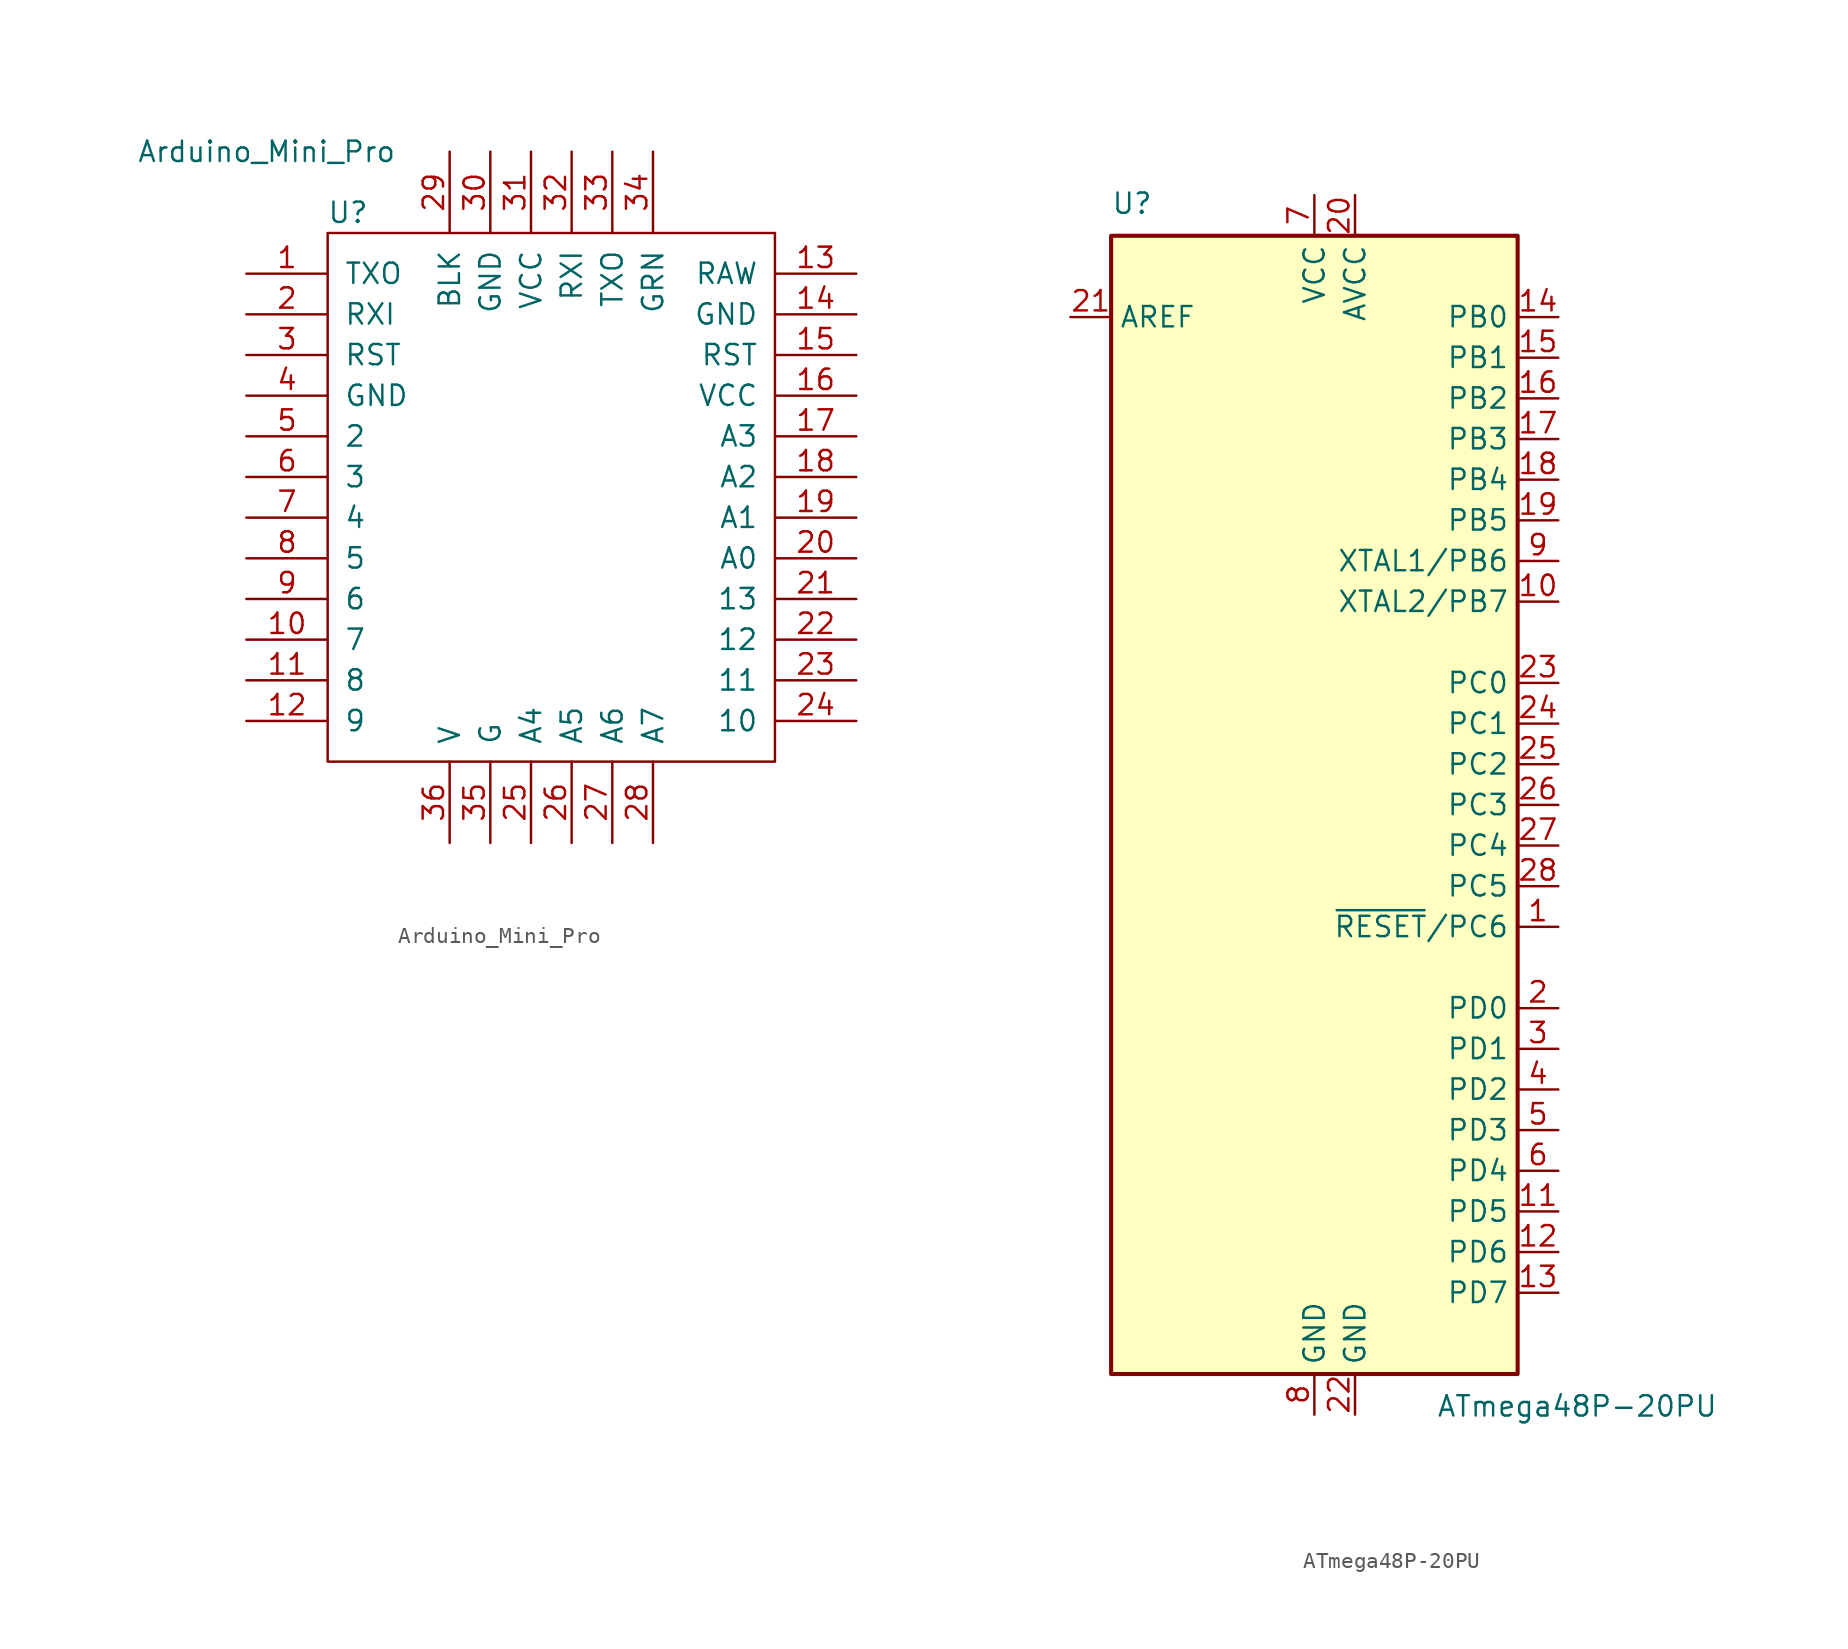
<source format=kicad_sym>
(kicad_symbol_lib
  (version 20231120)
  (generator "kicad_symbol_editor")
  (generator_version "8.0")
  (symbol "Arduino_Mini_Pro"
    (pin_names
      (offset 1.016))
    (property "Reference" "U"
      (at 6.35 3.81 0)
      (effects (font (size 1.27 1.27))))
    (property "Value" "Arduino_Mini_Pro"
      (at 1.27 7.62 0)
      (effects (font (size 1.27 1.27))))
    (symbol "Arduino_Mini_Pro_0_1"
      (rectangle (start 5.08 2.54) (end 33.02 -30.48) (stroke (width 0) (type default)) (fill (type none))))
    (symbol "Arduino_Mini_Pro_1_1"
      (pin output line (at 0 0 0) (length 5.08) (name "TXO" (effects (font (size 1.27 1.27)))) (number "1" (effects (font (size 1.27 1.27)))))
      (pin bidirectional line (at 0 -22.86 0) (length 5.08) (name "7" (effects (font (size 1.27 1.27)))) (number "10" (effects (font (size 1.27 1.27)))))
      (pin bidirectional line (at 0 -25.4 0) (length 5.08) (name "8" (effects (font (size 1.27 1.27)))) (number "11" (effects (font (size 1.27 1.27)))))
      (pin bidirectional line (at 0 -27.94 0) (length 5.08) (name "9" (effects (font (size 1.27 1.27)))) (number "12" (effects (font (size 1.27 1.27)))))
      (pin power_in line (at 38.1 0 180) (length 5.08) (name "RAW" (effects (font (size 1.27 1.27)))) (number "13" (effects (font (size 1.27 1.27)))))
      (pin power_in line (at 38.1 -2.54 180) (length 5.08) (name "GND" (effects (font (size 1.27 1.27)))) (number "14" (effects (font (size 1.27 1.27)))))
      (pin input line (at 38.1 -5.08 180) (length 5.08) (name "RST" (effects (font (size 1.27 1.27)))) (number "15" (effects (font (size 1.27 1.27)))))
      (pin power_out line (at 38.1 -7.62 180) (length 5.08) (name "VCC" (effects (font (size 1.27 1.27)))) (number "16" (effects (font (size 1.27 1.27)))))
      (pin bidirectional line (at 38.1 -10.16 180) (length 5.08) (name "A3" (effects (font (size 1.27 1.27)))) (number "17" (effects (font (size 1.27 1.27)))))
      (pin bidirectional line (at 38.1 -12.7 180) (length 5.08) (name "A2" (effects (font (size 1.27 1.27)))) (number "18" (effects (font (size 1.27 1.27)))))
      (pin bidirectional line (at 38.1 -15.24 180) (length 5.08) (name "A1" (effects (font (size 1.27 1.27)))) (number "19" (effects (font (size 1.27 1.27)))))
      (pin input line (at 0 -2.54 0) (length 5.08) (name "RXI" (effects (font (size 1.27 1.27)))) (number "2" (effects (font (size 1.27 1.27)))))
      (pin bidirectional line (at 38.1 -17.78 180) (length 5.08) (name "A0" (effects (font (size 1.27 1.27)))) (number "20" (effects (font (size 1.27 1.27)))))
      (pin bidirectional line (at 38.1 -20.32 180) (length 5.08) (name "13" (effects (font (size 1.27 1.27)))) (number "21" (effects (font (size 1.27 1.27)))))
      (pin bidirectional line (at 38.1 -22.86 180) (length 5.08) (name "12" (effects (font (size 1.27 1.27)))) (number "22" (effects (font (size 1.27 1.27)))))
      (pin bidirectional line (at 38.1 -25.4 180) (length 5.08) (name "11" (effects (font (size 1.27 1.27)))) (number "23" (effects (font (size 1.27 1.27)))))
      (pin bidirectional line (at 38.1 -27.94 180) (length 5.08) (name "10" (effects (font (size 1.27 1.27)))) (number "24" (effects (font (size 1.27 1.27)))))
      (pin bidirectional line (at 17.78 -35.56 90) (length 5.08) (name "A4" (effects (font (size 1.27 1.27)))) (number "25" (effects (font (size 1.27 1.27)))))
      (pin bidirectional line (at 20.32 -35.56 90) (length 5.08) (name "A5" (effects (font (size 1.27 1.27)))) (number "26" (effects (font (size 1.27 1.27)))))
      (pin bidirectional line (at 22.86 -35.56 90) (length 5.08) (name "A6" (effects (font (size 1.27 1.27)))) (number "27" (effects (font (size 1.27 1.27)))))
      (pin bidirectional line (at 25.4 -35.56 90) (length 5.08) (name "A7" (effects (font (size 1.27 1.27)))) (number "28" (effects (font (size 1.27 1.27)))))
      (pin input line (at 12.7 7.62 270) (length 5.08) (name "BLK" (effects (font (size 1.27 1.27)))) (number "29" (effects (font (size 1.27 1.27)))))
      (pin input line (at 0 -5.08 0) (length 5.08) (name "RST" (effects (font (size 1.27 1.27)))) (number "3" (effects (font (size 1.27 1.27)))))
      (pin passive line (at 15.24 7.62 270) (length 5.08) (name "GND" (effects (font (size 1.27 1.27)))) (number "30" (effects (font (size 1.27 1.27)))))
      (pin power_in line (at 17.78 7.62 270) (length 5.08) (name "VCC" (effects (font (size 1.27 1.27)))) (number "31" (effects (font (size 1.27 1.27)))))
      (pin input line (at 20.32 7.62 270) (length 5.08) (name "RXI" (effects (font (size 1.27 1.27)))) (number "32" (effects (font (size 1.27 1.27)))))
      (pin output line (at 22.86 7.62 270) (length 5.08) (name "TXO" (effects (font (size 1.27 1.27)))) (number "33" (effects (font (size 1.27 1.27)))))
      (pin input line (at 25.4 7.62 270) (length 5.08) (name "GRN" (effects (font (size 1.27 1.27)))) (number "34" (effects (font (size 1.27 1.27)))))
      (pin passive line (at 15.24 -35.56 90) (length 5.08) (name "G" (effects (font (size 1.27 1.27)))) (number "35" (effects (font (size 1.27 1.27)))))
      (pin power_out line (at 12.7 -35.56 90) (length 5.08) (name "V" (effects (font (size 1.27 1.27)))) (number "36" (effects (font (size 1.27 1.27)))))
      (pin passive line (at 0 -7.62 0) (length 5.08) (name "GND" (effects (font (size 1.27 1.27)))) (number "4" (effects (font (size 1.27 1.27)))))
      (pin bidirectional line (at 0 -10.16 0) (length 5.08) (name "2" (effects (font (size 1.27 1.27)))) (number "5" (effects (font (size 1.27 1.27)))))
      (pin bidirectional line (at 0 -12.7 0) (length 5.08) (name "3" (effects (font (size 1.27 1.27)))) (number "6" (effects (font (size 1.27 1.27)))))
      (pin bidirectional line (at 0 -15.24 0) (length 5.08) (name "4" (effects (font (size 1.27 1.27)))) (number "7" (effects (font (size 1.27 1.27)))))
      (pin bidirectional line (at 0 -17.78 0) (length 5.08) (name "5" (effects (font (size 1.27 1.27)))) (number "8" (effects (font (size 1.27 1.27)))))
      (pin bidirectional line (at 0 -20.32 0) (length 5.08) (name "6" (effects (font (size 1.27 1.27)))) (number "9" (effects (font (size 1.27 1.27)))))))
  (symbol "ATmega48P-20PU"
    (property "Reference" "U"
      (at -12.7 36.83 0)
      (effects (font (size 1.27 1.27)) (justify left bottom)))
    (property "Value" "ATmega48P-20PU"
      (at 7.62 -36.83 0)
      (effects (font (size 1.27 1.27)) (justify left top)))
    (symbol "ATmega48P-20PU_0_1"
      (rectangle (start -12.7 -35.56) (end 12.7 35.56) (stroke (width 0.254) (type default)) (fill (type background))))
    (symbol "ATmega48P-20PU_1_1"
      (pin bidirectional line (at 15.24 -7.62 180) (length 2.54) (name "~{RESET}/PC6" (effects (font (size 1.27 1.27)))) (number "1" (effects (font (size 1.27 1.27)))))
      (pin bidirectional line (at 15.24 12.7 180) (length 2.54) (name "XTAL2/PB7" (effects (font (size 1.27 1.27)))) (number "10" (effects (font (size 1.27 1.27)))))
      (pin bidirectional line (at 15.24 -25.4 180) (length 2.54) (name "PD5" (effects (font (size 1.27 1.27)))) (number "11" (effects (font (size 1.27 1.27)))))
      (pin bidirectional line (at 15.24 -27.94 180) (length 2.54) (name "PD6" (effects (font (size 1.27 1.27)))) (number "12" (effects (font (size 1.27 1.27)))))
      (pin bidirectional line (at 15.24 -30.48 180) (length 2.54) (name "PD7" (effects (font (size 1.27 1.27)))) (number "13" (effects (font (size 1.27 1.27)))))
      (pin bidirectional line (at 15.24 30.48 180) (length 2.54) (name "PB0" (effects (font (size 1.27 1.27)))) (number "14" (effects (font (size 1.27 1.27)))))
      (pin bidirectional line (at 15.24 27.94 180) (length 2.54) (name "PB1" (effects (font (size 1.27 1.27)))) (number "15" (effects (font (size 1.27 1.27)))))
      (pin bidirectional line (at 15.24 25.4 180) (length 2.54) (name "PB2" (effects (font (size 1.27 1.27)))) (number "16" (effects (font (size 1.27 1.27)))))
      (pin bidirectional line (at 15.24 22.86 180) (length 2.54) (name "PB3" (effects (font (size 1.27 1.27)))) (number "17" (effects (font (size 1.27 1.27)))))
      (pin bidirectional line (at 15.24 20.32 180) (length 2.54) (name "PB4" (effects (font (size 1.27 1.27)))) (number "18" (effects (font (size 1.27 1.27)))))
      (pin bidirectional line (at 15.24 17.78 180) (length 2.54) (name "PB5" (effects (font (size 1.27 1.27)))) (number "19" (effects (font (size 1.27 1.27)))))
      (pin bidirectional line (at 15.24 -12.7 180) (length 2.54) (name "PD0" (effects (font (size 1.27 1.27)))) (number "2" (effects (font (size 1.27 1.27)))))
      (pin power_in line (at 2.54 38.1 270) (length 2.54) (name "AVCC" (effects (font (size 1.27 1.27)))) (number "20" (effects (font (size 1.27 1.27)))))
      (pin passive line (at -15.24 30.48 0) (length 2.54) (name "AREF" (effects (font (size 1.27 1.27)))) (number "21" (effects (font (size 1.27 1.27)))))
      (pin passive line (at 0 -38.1 90) (length 2.54) hide (name "GND" (effects (font (size 1.27 1.27)))) (number "22" (effects (font (size 1.27 1.27)))))
      (pin power_in line (at 2.54 -38.1 90) (length 2.54) (name "GND" (effects (font (size 1.27 1.27)))) (number "22" (effects (font (size 1.27 1.27)))))
      (pin bidirectional line (at 15.24 7.62 180) (length 2.54) (name "PC0" (effects (font (size 1.27 1.27)))) (number "23" (effects (font (size 1.27 1.27)))))
      (pin bidirectional line (at 15.24 5.08 180) (length 2.54) (name "PC1" (effects (font (size 1.27 1.27)))) (number "24" (effects (font (size 1.27 1.27)))))
      (pin bidirectional line (at 15.24 2.54 180) (length 2.54) (name "PC2" (effects (font (size 1.27 1.27)))) (number "25" (effects (font (size 1.27 1.27)))))
      (pin bidirectional line (at 15.24 0 180) (length 2.54) (name "PC3" (effects (font (size 1.27 1.27)))) (number "26" (effects (font (size 1.27 1.27)))))
      (pin bidirectional line (at 15.24 -2.54 180) (length 2.54) (name "PC4" (effects (font (size 1.27 1.27)))) (number "27" (effects (font (size 1.27 1.27)))))
      (pin bidirectional line (at 15.24 -5.08 180) (length 2.54) (name "PC5" (effects (font (size 1.27 1.27)))) (number "28" (effects (font (size 1.27 1.27)))))
      (pin bidirectional line (at 15.24 -15.24 180) (length 2.54) (name "PD1" (effects (font (size 1.27 1.27)))) (number "3" (effects (font (size 1.27 1.27)))))
      (pin bidirectional line (at 15.24 -17.78 180) (length 2.54) (name "PD2" (effects (font (size 1.27 1.27)))) (number "4" (effects (font (size 1.27 1.27)))))
      (pin bidirectional line (at 15.24 -20.32 180) (length 2.54) (name "PD3" (effects (font (size 1.27 1.27)))) (number "5" (effects (font (size 1.27 1.27)))))
      (pin bidirectional line (at 15.24 -22.86 180) (length 2.54) (name "PD4" (effects (font (size 1.27 1.27)))) (number "6" (effects (font (size 1.27 1.27)))))
      (pin power_in line (at 0 38.1 270) (length 2.54) (name "VCC" (effects (font (size 1.27 1.27)))) (number "7" (effects (font (size 1.27 1.27)))))
      (pin power_in line (at 0 -38.1 90) (length 2.54) (name "GND" (effects (font (size 1.27 1.27)))) (number "8" (effects (font (size 1.27 1.27)))))
      (pin bidirectional line (at 15.24 15.24 180) (length 2.54) (name "XTAL1/PB6" (effects (font (size 1.27 1.27)))) (number "9" (effects (font (size 1.27 1.27))))))))
</source>
